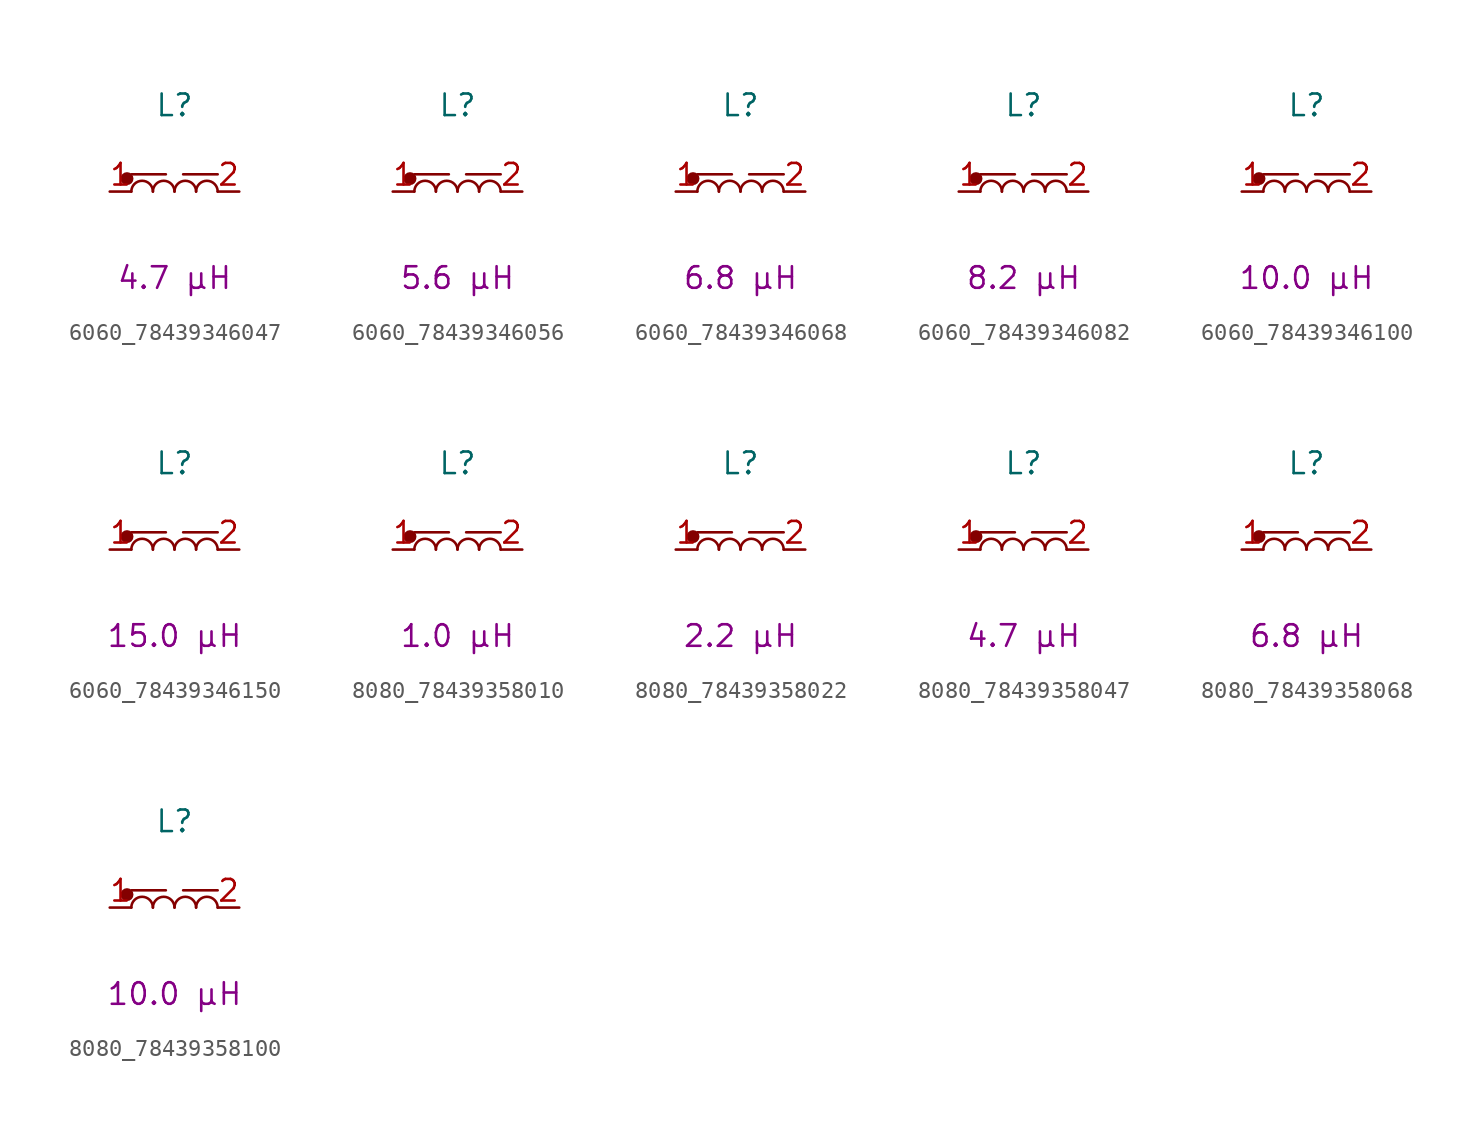
<source format=kicad_sym>
(kicad_symbol_lib
  (version 20220914)
  (generator kicad_symbol_editor)
  (symbol "6060_78439346047"
    (pin_names hide)
    (property "Reference" "L"
      (at 0 5.08 0)
      (effects (font (size 1.27 1.27))))
    (property "Critical Parameter" "4.7 µH"
      (at 0 -5.08 0)
      (effects (font (size 1.27 1.27))))
    (symbol "6060_78439346047_0_1"
      (arc (start -1.27 0) (mid -1.905 0.6323) (end -2.54 0) (stroke (width 0) (type default)) (fill (type none)))
      (arc (start 0 0) (mid -0.635 0.6323) (end -1.27 0) (stroke (width 0) (type default)) (fill (type none)))
      (polyline (pts (xy -2.54 1.016) (xy -0.508 1.016)) (stroke (width 0) (type default)) (fill (type none)))
      (arc (start 1.27 0) (mid 0.635 0.6323) (end 0 0) (stroke (width 0) (type default)) (fill (type none)))
      (arc (start 2.54 0) (mid 1.905 0.6323) (end 1.27 0) (stroke (width 0) (type default)) (fill (type none))))
    (symbol "6060_78439346047_1_1"
      (circle (center -2.794 0.762) (radius 0.0001) (stroke (width 0.381) (type default)) (fill (type none)))
      (polyline (pts (xy 2.54 1.016) (xy 0.508 1.016)) (stroke (width 0) (type default)) (fill (type none)))
      (pin passive line (at -3.81 0 0) (length 1.27) (name "1" (effects (font (size 1.27 1.27)))) (number "1" (effects (font (size 1.27 1.27)))))
      (pin passive line (at 3.81 0 180) (length 1.27) (name "2" (effects (font (size 1.27 1.27)))) (number "2" (effects (font (size 1.27 1.27)))))))
  (symbol "6060_78439346056"
    (pin_names hide)
    (property "Reference" "L"
      (at 0 5.08 0)
      (effects (font (size 1.27 1.27))))
    (property "Critical Parameter" "5.6 µH"
      (at 0 -5.08 0)
      (effects (font (size 1.27 1.27))))
    (symbol "6060_78439346056_0_1"
      (arc (start -1.27 0) (mid -1.905 0.6323) (end -2.54 0) (stroke (width 0) (type default)) (fill (type none)))
      (arc (start 0 0) (mid -0.635 0.6323) (end -1.27 0) (stroke (width 0) (type default)) (fill (type none)))
      (polyline (pts (xy -2.54 1.016) (xy -0.508 1.016)) (stroke (width 0) (type default)) (fill (type none)))
      (arc (start 1.27 0) (mid 0.635 0.6323) (end 0 0) (stroke (width 0) (type default)) (fill (type none)))
      (arc (start 2.54 0) (mid 1.905 0.6323) (end 1.27 0) (stroke (width 0) (type default)) (fill (type none))))
    (symbol "6060_78439346056_1_1"
      (circle (center -2.794 0.762) (radius 0.0001) (stroke (width 0.381) (type default)) (fill (type none)))
      (polyline (pts (xy 2.54 1.016) (xy 0.508 1.016)) (stroke (width 0) (type default)) (fill (type none)))
      (pin passive line (at -3.81 0 0) (length 1.27) (name "1" (effects (font (size 1.27 1.27)))) (number "1" (effects (font (size 1.27 1.27)))))
      (pin passive line (at 3.81 0 180) (length 1.27) (name "2" (effects (font (size 1.27 1.27)))) (number "2" (effects (font (size 1.27 1.27)))))))
  (symbol "6060_78439346068"
    (pin_names hide)
    (property "Reference" "L"
      (at 0 5.08 0)
      (effects (font (size 1.27 1.27))))
    (property "Critical Parameter" "6.8 µH"
      (at 0 -5.08 0)
      (effects (font (size 1.27 1.27))))
    (symbol "6060_78439346068_0_1"
      (arc (start -1.27 0) (mid -1.905 0.6323) (end -2.54 0) (stroke (width 0) (type default)) (fill (type none)))
      (arc (start 0 0) (mid -0.635 0.6323) (end -1.27 0) (stroke (width 0) (type default)) (fill (type none)))
      (polyline (pts (xy -2.54 1.016) (xy -0.508 1.016)) (stroke (width 0) (type default)) (fill (type none)))
      (arc (start 1.27 0) (mid 0.635 0.6323) (end 0 0) (stroke (width 0) (type default)) (fill (type none)))
      (arc (start 2.54 0) (mid 1.905 0.6323) (end 1.27 0) (stroke (width 0) (type default)) (fill (type none))))
    (symbol "6060_78439346068_1_1"
      (circle (center -2.794 0.762) (radius 0.0001) (stroke (width 0.381) (type default)) (fill (type none)))
      (polyline (pts (xy 2.54 1.016) (xy 0.508 1.016)) (stroke (width 0) (type default)) (fill (type none)))
      (pin passive line (at -3.81 0 0) (length 1.27) (name "1" (effects (font (size 1.27 1.27)))) (number "1" (effects (font (size 1.27 1.27)))))
      (pin passive line (at 3.81 0 180) (length 1.27) (name "2" (effects (font (size 1.27 1.27)))) (number "2" (effects (font (size 1.27 1.27)))))))
  (symbol "6060_78439346082"
    (pin_names hide)
    (property "Reference" "L"
      (at 0 5.08 0)
      (effects (font (size 1.27 1.27))))
    (property "Critical Parameter" "8.2 µH"
      (at 0 -5.08 0)
      (effects (font (size 1.27 1.27))))
    (symbol "6060_78439346082_0_1"
      (arc (start -1.27 0) (mid -1.905 0.6323) (end -2.54 0) (stroke (width 0) (type default)) (fill (type none)))
      (arc (start 0 0) (mid -0.635 0.6323) (end -1.27 0) (stroke (width 0) (type default)) (fill (type none)))
      (polyline (pts (xy -2.54 1.016) (xy -0.508 1.016)) (stroke (width 0) (type default)) (fill (type none)))
      (arc (start 1.27 0) (mid 0.635 0.6323) (end 0 0) (stroke (width 0) (type default)) (fill (type none)))
      (arc (start 2.54 0) (mid 1.905 0.6323) (end 1.27 0) (stroke (width 0) (type default)) (fill (type none))))
    (symbol "6060_78439346082_1_1"
      (circle (center -2.794 0.762) (radius 0.0001) (stroke (width 0.381) (type default)) (fill (type none)))
      (polyline (pts (xy 2.54 1.016) (xy 0.508 1.016)) (stroke (width 0) (type default)) (fill (type none)))
      (pin passive line (at -3.81 0 0) (length 1.27) (name "1" (effects (font (size 1.27 1.27)))) (number "1" (effects (font (size 1.27 1.27)))))
      (pin passive line (at 3.81 0 180) (length 1.27) (name "2" (effects (font (size 1.27 1.27)))) (number "2" (effects (font (size 1.27 1.27)))))))
  (symbol "6060_78439346100"
    (pin_names hide)
    (property "Reference" "L"
      (at 0 5.08 0)
      (effects (font (size 1.27 1.27))))
    (property "Critical Parameter" "10.0 µH"
      (at 0 -5.08 0)
      (effects (font (size 1.27 1.27))))
    (symbol "6060_78439346100_0_1"
      (arc (start -1.27 0) (mid -1.905 0.6323) (end -2.54 0) (stroke (width 0) (type default)) (fill (type none)))
      (arc (start 0 0) (mid -0.635 0.6323) (end -1.27 0) (stroke (width 0) (type default)) (fill (type none)))
      (polyline (pts (xy -2.54 1.016) (xy -0.508 1.016)) (stroke (width 0) (type default)) (fill (type none)))
      (arc (start 1.27 0) (mid 0.635 0.6323) (end 0 0) (stroke (width 0) (type default)) (fill (type none)))
      (arc (start 2.54 0) (mid 1.905 0.6323) (end 1.27 0) (stroke (width 0) (type default)) (fill (type none))))
    (symbol "6060_78439346100_1_1"
      (circle (center -2.794 0.762) (radius 0.0001) (stroke (width 0.381) (type default)) (fill (type none)))
      (polyline (pts (xy 2.54 1.016) (xy 0.508 1.016)) (stroke (width 0) (type default)) (fill (type none)))
      (pin passive line (at -3.81 0 0) (length 1.27) (name "1" (effects (font (size 1.27 1.27)))) (number "1" (effects (font (size 1.27 1.27)))))
      (pin passive line (at 3.81 0 180) (length 1.27) (name "2" (effects (font (size 1.27 1.27)))) (number "2" (effects (font (size 1.27 1.27)))))))
  (symbol "6060_78439346150"
    (pin_names hide)
    (property "Reference" "L"
      (at 0 5.08 0)
      (effects (font (size 1.27 1.27))))
    (property "Critical Parameter" "15.0 µH"
      (at 0 -5.08 0)
      (effects (font (size 1.27 1.27))))
    (symbol "6060_78439346150_0_1"
      (arc (start -1.27 0) (mid -1.905 0.6323) (end -2.54 0) (stroke (width 0) (type default)) (fill (type none)))
      (arc (start 0 0) (mid -0.635 0.6323) (end -1.27 0) (stroke (width 0) (type default)) (fill (type none)))
      (polyline (pts (xy -2.54 1.016) (xy -0.508 1.016)) (stroke (width 0) (type default)) (fill (type none)))
      (arc (start 1.27 0) (mid 0.635 0.6323) (end 0 0) (stroke (width 0) (type default)) (fill (type none)))
      (arc (start 2.54 0) (mid 1.905 0.6323) (end 1.27 0) (stroke (width 0) (type default)) (fill (type none))))
    (symbol "6060_78439346150_1_1"
      (circle (center -2.794 0.762) (radius 0.0001) (stroke (width 0.381) (type default)) (fill (type none)))
      (polyline (pts (xy 2.54 1.016) (xy 0.508 1.016)) (stroke (width 0) (type default)) (fill (type none)))
      (pin passive line (at -3.81 0 0) (length 1.27) (name "1" (effects (font (size 1.27 1.27)))) (number "1" (effects (font (size 1.27 1.27)))))
      (pin passive line (at 3.81 0 180) (length 1.27) (name "2" (effects (font (size 1.27 1.27)))) (number "2" (effects (font (size 1.27 1.27)))))))
  (symbol "8080_78439358010"
    (pin_names hide)
    (property "Reference" "L"
      (at 0 5.08 0)
      (effects (font (size 1.27 1.27))))
    (property "Critical Parameter" "1.0 µH"
      (at 0 -5.08 0)
      (effects (font (size 1.27 1.27))))
    (symbol "8080_78439358010_0_1"
      (arc (start -1.27 0) (mid -1.905 0.6323) (end -2.54 0) (stroke (width 0) (type default)) (fill (type none)))
      (arc (start 0 0) (mid -0.635 0.6323) (end -1.27 0) (stroke (width 0) (type default)) (fill (type none)))
      (polyline (pts (xy -2.54 1.016) (xy -0.508 1.016)) (stroke (width 0) (type default)) (fill (type none)))
      (arc (start 1.27 0) (mid 0.635 0.6323) (end 0 0) (stroke (width 0) (type default)) (fill (type none)))
      (arc (start 2.54 0) (mid 1.905 0.6323) (end 1.27 0) (stroke (width 0) (type default)) (fill (type none))))
    (symbol "8080_78439358010_1_1"
      (circle (center -2.794 0.762) (radius 0.0001) (stroke (width 0.381) (type default)) (fill (type none)))
      (polyline (pts (xy 2.54 1.016) (xy 0.508 1.016)) (stroke (width 0) (type default)) (fill (type none)))
      (pin passive line (at -3.81 0 0) (length 1.27) (name "1" (effects (font (size 1.27 1.27)))) (number "1" (effects (font (size 1.27 1.27)))))
      (pin passive line (at 3.81 0 180) (length 1.27) (name "2" (effects (font (size 1.27 1.27)))) (number "2" (effects (font (size 1.27 1.27)))))))
  (symbol "8080_78439358022"
    (pin_names hide)
    (property "Reference" "L"
      (at 0 5.08 0)
      (effects (font (size 1.27 1.27))))
    (property "Critical Parameter" "2.2 µH"
      (at 0 -5.08 0)
      (effects (font (size 1.27 1.27))))
    (symbol "8080_78439358022_0_1"
      (arc (start -1.27 0) (mid -1.905 0.6323) (end -2.54 0) (stroke (width 0) (type default)) (fill (type none)))
      (arc (start 0 0) (mid -0.635 0.6323) (end -1.27 0) (stroke (width 0) (type default)) (fill (type none)))
      (polyline (pts (xy -2.54 1.016) (xy -0.508 1.016)) (stroke (width 0) (type default)) (fill (type none)))
      (arc (start 1.27 0) (mid 0.635 0.6323) (end 0 0) (stroke (width 0) (type default)) (fill (type none)))
      (arc (start 2.54 0) (mid 1.905 0.6323) (end 1.27 0) (stroke (width 0) (type default)) (fill (type none))))
    (symbol "8080_78439358022_1_1"
      (circle (center -2.794 0.762) (radius 0.0001) (stroke (width 0.381) (type default)) (fill (type none)))
      (polyline (pts (xy 2.54 1.016) (xy 0.508 1.016)) (stroke (width 0) (type default)) (fill (type none)))
      (pin passive line (at -3.81 0 0) (length 1.27) (name "1" (effects (font (size 1.27 1.27)))) (number "1" (effects (font (size 1.27 1.27)))))
      (pin passive line (at 3.81 0 180) (length 1.27) (name "2" (effects (font (size 1.27 1.27)))) (number "2" (effects (font (size 1.27 1.27)))))))
  (symbol "8080_78439358047"
    (pin_names hide)
    (property "Reference" "L"
      (at 0 5.08 0)
      (effects (font (size 1.27 1.27))))
    (property "Critical Parameter" "4.7 µH"
      (at 0 -5.08 0)
      (effects (font (size 1.27 1.27))))
    (symbol "8080_78439358047_0_1"
      (arc (start -1.27 0) (mid -1.905 0.6323) (end -2.54 0) (stroke (width 0) (type default)) (fill (type none)))
      (arc (start 0 0) (mid -0.635 0.6323) (end -1.27 0) (stroke (width 0) (type default)) (fill (type none)))
      (polyline (pts (xy -2.54 1.016) (xy -0.508 1.016)) (stroke (width 0) (type default)) (fill (type none)))
      (arc (start 1.27 0) (mid 0.635 0.6323) (end 0 0) (stroke (width 0) (type default)) (fill (type none)))
      (arc (start 2.54 0) (mid 1.905 0.6323) (end 1.27 0) (stroke (width 0) (type default)) (fill (type none))))
    (symbol "8080_78439358047_1_1"
      (circle (center -2.794 0.762) (radius 0.0001) (stroke (width 0.381) (type default)) (fill (type none)))
      (polyline (pts (xy 2.54 1.016) (xy 0.508 1.016)) (stroke (width 0) (type default)) (fill (type none)))
      (pin passive line (at -3.81 0 0) (length 1.27) (name "1" (effects (font (size 1.27 1.27)))) (number "1" (effects (font (size 1.27 1.27)))))
      (pin passive line (at 3.81 0 180) (length 1.27) (name "2" (effects (font (size 1.27 1.27)))) (number "2" (effects (font (size 1.27 1.27)))))))
  (symbol "8080_78439358068"
    (pin_names hide)
    (property "Reference" "L"
      (at 0 5.08 0)
      (effects (font (size 1.27 1.27))))
    (property "Critical Parameter" "6.8 µH"
      (at 0 -5.08 0)
      (effects (font (size 1.27 1.27))))
    (symbol "8080_78439358068_0_1"
      (arc (start -1.27 0) (mid -1.905 0.6323) (end -2.54 0) (stroke (width 0) (type default)) (fill (type none)))
      (arc (start 0 0) (mid -0.635 0.6323) (end -1.27 0) (stroke (width 0) (type default)) (fill (type none)))
      (polyline (pts (xy -2.54 1.016) (xy -0.508 1.016)) (stroke (width 0) (type default)) (fill (type none)))
      (arc (start 1.27 0) (mid 0.635 0.6323) (end 0 0) (stroke (width 0) (type default)) (fill (type none)))
      (arc (start 2.54 0) (mid 1.905 0.6323) (end 1.27 0) (stroke (width 0) (type default)) (fill (type none))))
    (symbol "8080_78439358068_1_1"
      (circle (center -2.794 0.762) (radius 0.0001) (stroke (width 0.381) (type default)) (fill (type none)))
      (polyline (pts (xy 2.54 1.016) (xy 0.508 1.016)) (stroke (width 0) (type default)) (fill (type none)))
      (pin passive line (at -3.81 0 0) (length 1.27) (name "1" (effects (font (size 1.27 1.27)))) (number "1" (effects (font (size 1.27 1.27)))))
      (pin passive line (at 3.81 0 180) (length 1.27) (name "2" (effects (font (size 1.27 1.27)))) (number "2" (effects (font (size 1.27 1.27)))))))
  (symbol "8080_78439358100"
    (pin_names hide)
    (property "Reference" "L"
      (at 0 5.08 0)
      (effects (font (size 1.27 1.27))))
    (property "Critical Parameter" "10.0 µH"
      (at 0 -5.08 0)
      (effects (font (size 1.27 1.27))))
    (symbol "8080_78439358100_0_1"
      (arc (start -1.27 0) (mid -1.905 0.6323) (end -2.54 0) (stroke (width 0) (type default)) (fill (type none)))
      (arc (start 0 0) (mid -0.635 0.6323) (end -1.27 0) (stroke (width 0) (type default)) (fill (type none)))
      (polyline (pts (xy -2.54 1.016) (xy -0.508 1.016)) (stroke (width 0) (type default)) (fill (type none)))
      (arc (start 1.27 0) (mid 0.635 0.6323) (end 0 0) (stroke (width 0) (type default)) (fill (type none)))
      (arc (start 2.54 0) (mid 1.905 0.6323) (end 1.27 0) (stroke (width 0) (type default)) (fill (type none))))
    (symbol "8080_78439358100_1_1"
      (circle (center -2.794 0.762) (radius 0.0001) (stroke (width 0.381) (type default)) (fill (type none)))
      (polyline (pts (xy 2.54 1.016) (xy 0.508 1.016)) (stroke (width 0) (type default)) (fill (type none)))
      (pin passive line (at -3.81 0 0) (length 1.27) (name "1" (effects (font (size 1.27 1.27)))) (number "1" (effects (font (size 1.27 1.27)))))
      (pin passive line (at 3.81 0 180) (length 1.27) (name "2" (effects (font (size 1.27 1.27)))) (number "2" (effects (font (size 1.27 1.27))))))))
</source>
